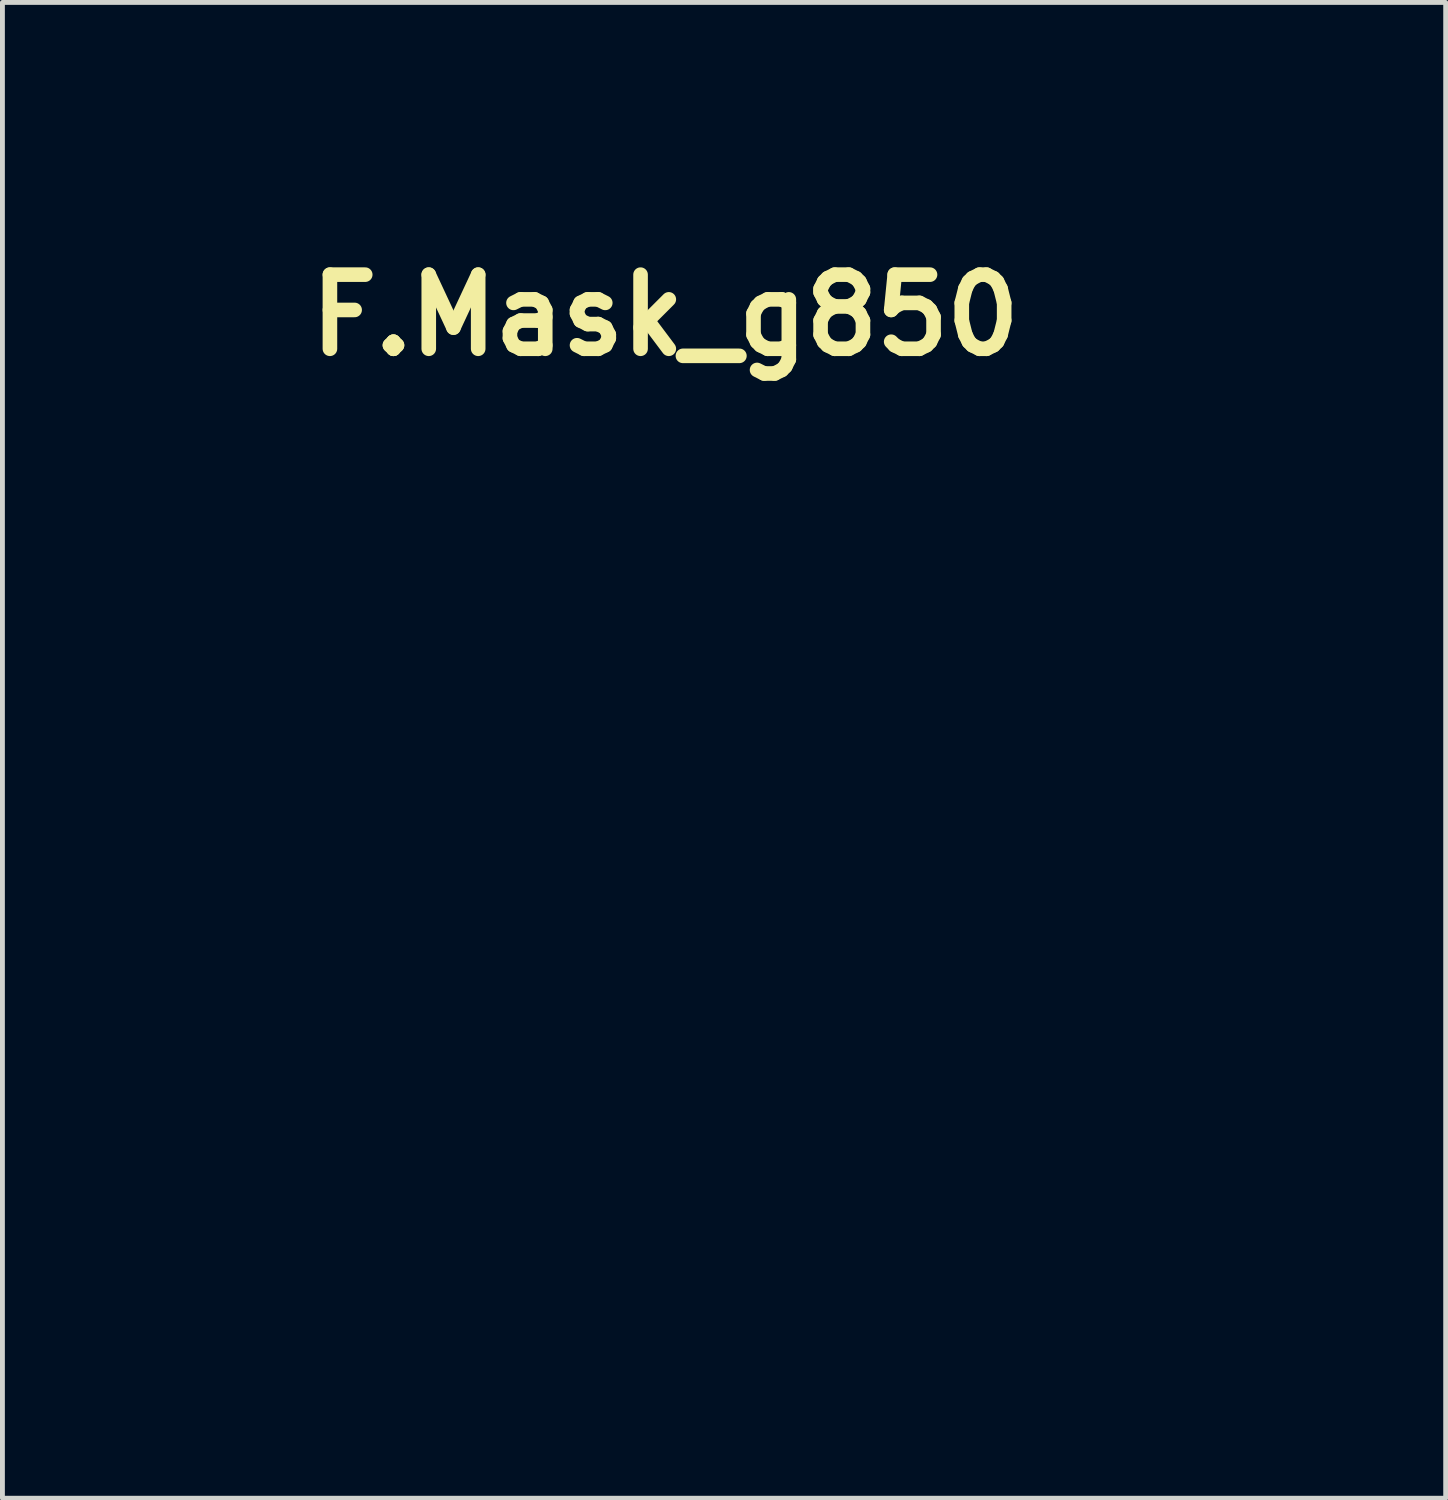
<source format=kicad_pcb>
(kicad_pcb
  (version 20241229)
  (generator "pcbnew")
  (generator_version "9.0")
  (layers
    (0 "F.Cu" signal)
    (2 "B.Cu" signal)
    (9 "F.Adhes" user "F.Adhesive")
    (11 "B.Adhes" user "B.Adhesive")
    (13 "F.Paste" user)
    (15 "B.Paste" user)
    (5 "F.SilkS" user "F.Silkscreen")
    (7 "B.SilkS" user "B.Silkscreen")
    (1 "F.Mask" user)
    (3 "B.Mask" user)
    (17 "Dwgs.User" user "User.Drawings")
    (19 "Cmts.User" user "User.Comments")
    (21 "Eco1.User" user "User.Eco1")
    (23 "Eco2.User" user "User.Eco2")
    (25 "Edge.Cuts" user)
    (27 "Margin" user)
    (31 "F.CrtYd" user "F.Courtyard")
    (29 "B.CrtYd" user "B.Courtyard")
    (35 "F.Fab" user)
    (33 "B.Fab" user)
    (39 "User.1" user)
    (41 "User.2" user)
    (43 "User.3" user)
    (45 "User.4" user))
  (footprint "F.Mask_g850"
    (layer "F.Cu")
    (at 10.627 3.431)
    (property "Reference" "F.Mask_g850" (at 0 0 0) (layer "F.SilkS") (effects (font (size 1.524 1.524) (thickness 0.3))))
    (attr through_hole)
    (fp_poly (pts (xy 3.916 -2.898) (xy 3.958 -2.897) (xy 4.053 -2.889) (xy 4.716 -1.746) (xy 4.649 -1.628) (xy 4.62 -1.577) (xy 4.573 -1.495) (xy 4.513 -1.39) (xy 4.443 -1.269) (xy 4.368 -1.138) (xy 4.318 -1.052) (xy 4.053 -0.593) (xy 3.393 -0.593) (xy 2.733 -0.593) (xy 2.618 -0.788) (xy 2.493 -1.003) (xy 2.388 -1.184) (xy 2.301 -1.334) (xy 2.232 -1.457) (xy 2.178 -1.555) (xy 2.138 -1.631) (xy 2.11 -1.688) (xy 2.093 -1.728) (xy 2.086 -1.756) (xy 2.086 -1.773) (xy 2.087 -1.776) (xy 2.103 -1.804) (xy 2.136 -1.864) (xy 2.185 -1.95) (xy 2.247 -2.057) (xy 2.318 -2.181) (xy 2.396 -2.317) (xy 2.412 -2.345) (xy 2.719 -2.874) (xy 3.291 -2.889) (xy 3.448 -2.893) (xy 3.595 -2.895) (xy 3.727 -2.897) (xy 3.836 -2.898) (xy 3.916 -2.898)) (stroke (width 0.01) (type solid)) (fill yes) (layer "F.Mask"))
    (fp_poly (pts (xy -0.341 -2.368) (xy -0.243 -2.362) (xy -0.188 -2.352) (xy -0.174 -2.344) (xy -0.156 -2.316) (xy -0.12 -2.258) (xy -0.071 -2.175) (xy -0.011 -2.073) (xy 0.055 -1.958) (xy 0.126 -1.835) (xy 0.198 -1.709) (xy 0.268 -1.587) (xy 0.332 -1.474) (xy 0.388 -1.374) (xy 0.432 -1.295) (xy 0.461 -1.241) (xy 0.472 -1.217) (xy 0.472 -1.217) (xy 0.462 -1.194) (xy 0.433 -1.139) (xy 0.388 -1.057) (xy 0.33 -0.952) (xy 0.261 -0.829) (xy 0.183 -0.692) (xy 0.147 -0.63) (xy -0.179 -0.064) (xy -1.5 -0.064) (xy -1.615 -0.259) (xy -1.74 -0.473) (xy -1.845 -0.654) (xy -1.931 -0.804) (xy -2.001 -0.927) (xy -2.055 -1.024) (xy -2.095 -1.1) (xy -2.122 -1.157) (xy -2.139 -1.198) (xy -2.147 -1.225) (xy -2.147 -1.243) (xy -2.146 -1.247) (xy -2.131 -1.274) (xy -2.097 -1.334) (xy -2.048 -1.419) (xy -1.987 -1.527) (xy -1.915 -1.651) (xy -1.837 -1.786) (xy -1.821 -1.814) (xy -1.515 -2.343) (xy -1.135 -2.357) (xy -0.877 -2.365) (xy -0.658 -2.37) (xy -0.479 -2.371) (xy -0.341 -2.368)) (stroke (width 0.01) (type solid)) (fill yes) (layer "F.Mask"))
    (fp_poly (pts (xy 8.15 -3.425) (xy 8.213 -3.422) (xy 8.253 -3.418) (xy 8.277 -3.411) (xy 8.286 -3.405) (xy 8.305 -3.379) (xy 8.34 -3.322) (xy 8.389 -3.241) (xy 8.449 -3.14) (xy 8.516 -3.025) (xy 8.587 -2.902) (xy 8.66 -2.777) (xy 8.73 -2.654) (xy 8.796 -2.539) (xy 8.852 -2.439) (xy 8.897 -2.358) (xy 8.927 -2.301) (xy 8.939 -2.276) (xy 8.939 -2.275) (xy 8.929 -2.252) (xy 8.9 -2.197) (xy 8.855 -2.115) (xy 8.796 -2.01) (xy 8.727 -1.887) (xy 8.649 -1.75) (xy 8.613 -1.688) (xy 8.287 -1.122) (xy 7.627 -1.122) (xy 6.966 -1.122) (xy 6.852 -1.318) (xy 6.726 -1.532) (xy 6.621 -1.713) (xy 6.534 -1.863) (xy 6.465 -1.986) (xy 6.411 -2.084) (xy 6.371 -2.16) (xy 6.343 -2.217) (xy 6.327 -2.258) (xy 6.319 -2.285) (xy 6.32 -2.302) (xy 6.321 -2.306) (xy 6.336 -2.333) (xy 6.369 -2.393) (xy 6.418 -2.479) (xy 6.48 -2.586) (xy 6.551 -2.71) (xy 6.63 -2.846) (xy 6.646 -2.874) (xy 6.952 -3.403) (xy 7.606 -3.418) (xy 7.795 -3.422) (xy 7.946 -3.425) (xy 8.063 -3.426) (xy 8.15 -3.425)) (stroke (width 0.01) (type solid)) (fill yes) (layer "F.Mask"))
    (fp_poly (pts (xy -4.706 -1.84) (xy -4.587 -1.837) (xy -4.494 -1.831) (xy -4.432 -1.823) (xy -4.408 -1.815) (xy -4.389 -1.787) (xy -4.353 -1.728) (xy -4.304 -1.646) (xy -4.245 -1.544) (xy -4.178 -1.429) (xy -4.107 -1.306) (xy -4.035 -1.18) (xy -3.965 -1.058) (xy -3.901 -0.944) (xy -3.845 -0.845) (xy -3.801 -0.766) (xy -3.772 -0.711) (xy -3.761 -0.688) (xy -3.761 -0.688) (xy -3.771 -0.665) (xy -3.8 -0.61) (xy -3.845 -0.528) (xy -3.903 -0.423) (xy -3.973 -0.299) (xy -4.051 -0.163) (xy -4.087 -0.1) (xy -4.412 0.466) (xy -5.733 0.466) (xy -5.774 0.397) (xy -5.796 0.361) (xy -5.835 0.293) (xy -5.889 0.2) (xy -5.955 0.087) (xy -6.028 -0.04) (xy -6.107 -0.176) (xy -6.198 -0.334) (xy -6.268 -0.46) (xy -6.32 -0.556) (xy -6.355 -0.627) (xy -6.375 -0.676) (xy -6.381 -0.706) (xy -6.379 -0.717) (xy -6.364 -0.745) (xy -6.331 -0.804) (xy -6.282 -0.89) (xy -6.22 -0.998) (xy -6.149 -1.122) (xy -6.071 -1.257) (xy -6.055 -1.285) (xy -5.748 -1.814) (xy -5.483 -1.828) (xy -5.322 -1.835) (xy -5.158 -1.839) (xy -4.997 -1.842) (xy -4.844 -1.842) (xy -4.706 -1.84)) (stroke (width 0.01) (type solid)) (fill yes) (layer "F.Mask"))
    (fp_poly (pts (xy -9.036 -1.312) (xy -8.895 -1.31) (xy -8.789 -1.307) (xy -8.714 -1.303) (xy -8.667 -1.296) (xy -8.644 -1.288) (xy -8.641 -1.286) (xy -8.622 -1.258) (xy -8.587 -1.199) (xy -8.538 -1.116) (xy -8.478 -1.015) (xy -8.411 -0.899) (xy -8.34 -0.776) (xy -8.268 -0.651) (xy -8.198 -0.529) (xy -8.134 -0.415) (xy -8.078 -0.316) (xy -8.034 -0.236) (xy -8.005 -0.182) (xy -7.994 -0.159) (xy -7.994 -0.159) (xy -8.004 -0.136) (xy -8.033 -0.081) (xy -8.078 0.002) (xy -8.137 0.107) (xy -8.206 0.23) (xy -8.284 0.366) (xy -8.32 0.429) (xy -8.646 0.995) (xy -9.966 0.995) (xy -10.008 0.926) (xy -10.067 0.826) (xy -10.135 0.711) (xy -10.207 0.585) (xy -10.282 0.454) (xy -10.357 0.323) (xy -10.427 0.198) (xy -10.491 0.083) (xy -10.546 -0.017) (xy -10.588 -0.095) (xy -10.614 -0.147) (xy -10.622 -0.167) (xy -10.61 -0.189) (xy -10.58 -0.243) (xy -10.533 -0.325) (xy -10.474 -0.429) (xy -10.404 -0.552) (xy -10.326 -0.687) (xy -10.298 -0.736) (xy -9.981 -1.286) (xy -9.875 -1.299) (xy -9.825 -1.303) (xy -9.739 -1.306) (xy -9.625 -1.308) (xy -9.491 -1.311) (xy -9.342 -1.312) (xy -9.215 -1.312) (xy -9.036 -1.312)) (stroke (width 0.01) (type solid)) (fill yes) (layer "F.Mask"))
    (fp_poly (pts (xy 5.087 17.635) (xy 5.093 17.756) (xy 5.097 17.902) (xy 5.1 18.056) (xy 5.101 18.2) (xy 5.101 18.217) (xy 5.101 18.542) (xy 4.921 18.542) (xy 4.884 18.378) (xy 4.837 18.213) (xy 4.773 18.061) (xy 4.699 17.933) (xy 4.656 17.878) (xy 4.545 17.78) (xy 4.402 17.699) (xy 4.236 17.638) (xy 4.054 17.601) (xy 4.005 17.596) (xy 3.851 17.583) (xy 3.857 19.2) (xy 3.858 19.502) (xy 3.859 19.765) (xy 3.861 19.99) (xy 3.862 20.182) (xy 3.864 20.344) (xy 3.866 20.477) (xy 3.868 20.586) (xy 3.871 20.672) (xy 3.874 20.739) (xy 3.878 20.79) (xy 3.883 20.827) (xy 3.888 20.854) (xy 3.894 20.873) (xy 3.899 20.884) (xy 3.956 20.946) (xy 4.048 20.995) (xy 4.17 21.026) (xy 4.177 21.027) (xy 4.254 21.04) (xy 4.329 21.051) (xy 4.378 21.063) (xy 4.399 21.087) (xy 4.403 21.136) (xy 4.403 21.209) (xy 2.371 21.209) (xy 2.371 21.136) (xy 2.374 21.087) (xy 2.394 21.064) (xy 2.441 21.052) (xy 2.45 21.051) (xy 2.594 21.025) (xy 2.702 20.998) (xy 2.78 20.964) (xy 2.833 20.919) (xy 2.869 20.86) (xy 2.894 20.784) (xy 2.897 20.768) (xy 2.902 20.725) (xy 2.907 20.647) (xy 2.911 20.534) (xy 2.914 20.384) (xy 2.917 20.196) (xy 2.919 19.97) (xy 2.92 19.704) (xy 2.921 19.398) (xy 2.921 19.123) (xy 2.921 17.59) (xy 2.831 17.59) (xy 2.713 17.6) (xy 2.577 17.626) (xy 2.443 17.664) (xy 2.331 17.709) (xy 2.213 17.779) (xy 2.115 17.867) (xy 2.032 17.978) (xy 1.962 18.117) (xy 1.903 18.288) (xy 1.854 18.484) (xy 1.84 18.522) (xy 1.813 18.538) (xy 1.757 18.542) (xy 1.672 18.542) (xy 1.672 17.378) (xy 5.073 17.378) (xy 5.087 17.635)) (stroke (width 0.01) (type solid)) (fill yes) (layer "F.Mask"))
    (fp_poly (pts (xy 11.339 18.569) (xy 12.308 19.761) (xy 12.314 18.842) (xy 12.315 18.593) (xy 12.315 18.376) (xy 12.313 18.193) (xy 12.31 18.046) (xy 12.306 17.936) (xy 12.301 17.866) (xy 12.298 17.842) (xy 12.25 17.734) (xy 12.171 17.652) (xy 12.059 17.593) (xy 11.912 17.557) (xy 11.911 17.557) (xy 11.851 17.547) (xy 11.821 17.531) (xy 11.812 17.501) (xy 11.811 17.46) (xy 11.811 17.378) (xy 13.039 17.378) (xy 13.039 17.541) (xy 12.91 17.569) (xy 12.779 17.609) (xy 12.685 17.666) (xy 12.629 17.741) (xy 12.622 17.76) (xy 12.617 17.786) (xy 12.613 17.835) (xy 12.609 17.91) (xy 12.606 18.011) (xy 12.603 18.142) (xy 12.601 18.304) (xy 12.599 18.499) (xy 12.597 18.729) (xy 12.596 18.996) (xy 12.596 19.302) (xy 12.595 19.574) (xy 12.594 21.315) (xy 12.504 21.314) (xy 12.414 21.314) (xy 9.917 18.272) (xy 9.911 19.407) (xy 9.91 19.711) (xy 9.91 19.973) (xy 9.911 20.194) (xy 9.913 20.375) (xy 9.917 20.516) (xy 9.922 20.618) (xy 9.928 20.682) (xy 9.929 20.686) (xy 9.955 20.795) (xy 9.996 20.877) (xy 10.058 20.94) (xy 10.148 20.987) (xy 10.271 21.024) (xy 10.335 21.039) (xy 10.403 21.054) (xy 10.439 21.069) (xy 10.454 21.092) (xy 10.456 21.13) (xy 10.456 21.136) (xy 10.456 21.209) (xy 9.144 21.209) (xy 9.144 21.135) (xy 9.149 21.084) (xy 9.171 21.059) (xy 9.202 21.049) (xy 9.335 21.02) (xy 9.433 20.993) (xy 9.502 20.965) (xy 9.551 20.933) (xy 9.584 20.894) (xy 9.606 20.853) (xy 9.613 20.834) (xy 9.619 20.809) (xy 9.624 20.774) (xy 9.629 20.727) (xy 9.633 20.664) (xy 9.636 20.583) (xy 9.638 20.479) (xy 9.641 20.351) (xy 9.642 20.194) (xy 9.644 20.006) (xy 9.645 19.784) (xy 9.647 19.524) (xy 9.647 19.365) (xy 9.653 17.954) (xy 9.524 17.805) (xy 9.428 17.702) (xy 9.34 17.623) (xy 9.265 17.57) (xy 9.208 17.548) (xy 9.201 17.547) (xy 9.177 17.537) (xy 9.167 17.5) (xy 9.165 17.462) (xy 9.165 17.378) (xy 10.37 17.378) (xy 11.339 18.569)) (stroke (width 0.01) (type solid)) (fill yes) (layer "F.Mask"))
    (fp_poly (pts (xy -3.916 17.311) (xy -3.746 17.342) (xy -3.558 17.391) (xy -3.342 17.462) (xy -3.341 17.462) (xy -3.231 17.499) (xy -3.131 17.531) (xy -3.049 17.554) (xy -2.995 17.567) (xy -2.982 17.568) (xy -2.908 17.548) (xy -2.84 17.491) (xy -2.785 17.402) (xy -2.784 17.4) (xy -2.757 17.346) (xy -2.73 17.322) (xy -2.689 17.317) (xy -2.658 17.319) (xy -2.572 17.325) (xy -2.566 17.986) (xy -2.561 18.648) (xy -2.644 18.648) (xy -2.684 18.646) (xy -2.714 18.637) (xy -2.74 18.612) (xy -2.771 18.565) (xy -2.813 18.488) (xy -2.814 18.486) (xy -2.964 18.237) (xy -3.124 18.022) (xy -3.294 17.843) (xy -3.473 17.701) (xy -3.657 17.597) (xy -3.846 17.532) (xy -4.037 17.508) (xy -4.104 17.509) (xy -4.291 17.539) (xy -4.459 17.607) (xy -4.607 17.712) (xy -4.734 17.854) (xy -4.843 18.033) (xy -4.931 18.25) (xy -4.999 18.503) (xy -5.039 18.733) (xy -5.051 18.855) (xy -5.059 19.007) (xy -5.063 19.178) (xy -5.063 19.356) (xy -5.058 19.53) (xy -5.05 19.69) (xy -5.037 19.824) (xy -5.03 19.876) (xy -4.973 20.146) (xy -4.896 20.378) (xy -4.798 20.574) (xy -4.679 20.734) (xy -4.539 20.859) (xy -4.376 20.948) (xy -4.191 21.004) (xy -3.983 21.026) (xy -3.948 21.027) (xy -3.754 21.015) (xy -3.57 20.976) (xy -3.392 20.909) (xy -3.213 20.811) (xy -3.029 20.68) (xy -2.833 20.512) (xy -2.811 20.491) (xy -2.647 20.338) (xy -2.562 20.407) (xy -2.513 20.449) (xy -2.482 20.482) (xy -2.477 20.493) (xy -2.491 20.519) (xy -2.531 20.567) (xy -2.591 20.631) (xy -2.662 20.704) (xy -2.74 20.779) (xy -2.818 20.851) (xy -2.89 20.914) (xy -2.941 20.954) (xy -3.141 21.082) (xy -3.358 21.186) (xy -3.579 21.259) (xy -3.642 21.273) (xy -3.788 21.295) (xy -3.958 21.309) (xy -4.138 21.313) (xy -4.312 21.308) (xy -4.468 21.293) (xy -4.537 21.282) (xy -4.816 21.206) (xy -5.074 21.095) (xy -5.308 20.95) (xy -5.516 20.774) (xy -5.696 20.57) (xy -5.845 20.339) (xy -5.962 20.084) (xy -6.043 19.807) (xy -6.044 19.801) (xy -6.065 19.669) (xy -6.077 19.509) (xy -6.082 19.335) (xy -6.078 19.16) (xy -6.067 18.997) (xy -6.047 18.861) (xy -6.044 18.849) (xy -5.964 18.571) (xy -5.846 18.313) (xy -5.69 18.074) (xy -5.515 17.873) (xy -5.308 17.687) (xy -5.089 17.54) (xy -4.854 17.429) (xy -4.599 17.353) (xy -4.319 17.309) (xy -4.233 17.302) (xy -4.075 17.298) (xy -3.916 17.311)) (stroke (width 0.01) (type solid)) (fill yes) (layer "F.Mask"))
    (fp_poly (pts (xy 7.031 17.302) (xy 7.069 17.335) (xy 7.081 17.361) (xy 7.108 17.422) (xy 7.149 17.517) (xy 7.202 17.641) (xy 7.267 17.793) (xy 7.341 17.968) (xy 7.425 18.164) (xy 7.516 18.377) (xy 7.613 18.606) (xy 7.714 18.846) (xy 7.749 18.928) (xy 7.855 19.176) (xy 7.957 19.417) (xy 8.055 19.647) (xy 8.148 19.863) (xy 8.233 20.061) (xy 8.31 20.238) (xy 8.376 20.391) (xy 8.431 20.516) (xy 8.472 20.609) (xy 8.499 20.668) (xy 8.502 20.676) (xy 8.573 20.81) (xy 8.639 20.909) (xy 8.705 20.978) (xy 8.776 21.023) (xy 8.833 21.043) (xy 8.893 21.062) (xy 8.922 21.082) (xy 8.932 21.114) (xy 8.932 21.139) (xy 8.932 21.209) (xy 7.091 21.209) (xy 7.091 21.135) (xy 7.093 21.097) (xy 7.103 21.072) (xy 7.129 21.056) (xy 7.18 21.045) (xy 7.262 21.035) (xy 7.302 21.031) (xy 7.411 21.009) (xy 7.484 20.968) (xy 7.523 20.905) (xy 7.531 20.863) (xy 7.527 20.807) (xy 7.508 20.72) (xy 7.477 20.612) (xy 7.437 20.49) (xy 7.391 20.365) (xy 7.342 20.244) (xy 7.335 20.23) (xy 7.282 20.108) (xy 6.031 20.108) (xy 5.988 20.209) (xy 5.943 20.32) (xy 5.899 20.44) (xy 5.859 20.56) (xy 5.826 20.672) (xy 5.801 20.768) (xy 5.787 20.84) (xy 5.786 20.878) (xy 5.822 20.937) (xy 5.89 20.987) (xy 5.982 21.021) (xy 6.032 21.03) (xy 6.128 21.043) (xy 6.189 21.054) (xy 6.224 21.068) (xy 6.24 21.088) (xy 6.244 21.117) (xy 6.244 21.137) (xy 6.244 21.209) (xy 5.08 21.209) (xy 5.08 21.134) (xy 5.088 21.075) (xy 5.115 21.049) (xy 5.117 21.048) (xy 5.23 21.003) (xy 5.326 20.943) (xy 5.384 20.886) (xy 5.405 20.856) (xy 5.429 20.818) (xy 5.456 20.769) (xy 5.487 20.708) (xy 5.523 20.63) (xy 5.566 20.535) (xy 5.616 20.42) (xy 5.675 20.282) (xy 5.743 20.119) (xy 5.822 19.928) (xy 5.86 19.835) (xy 6.138 19.835) (xy 6.159 19.841) (xy 6.216 19.846) (xy 6.305 19.849) (xy 6.421 19.852) (xy 6.557 19.854) (xy 6.657 19.854) (xy 6.8 19.854) (xy 6.928 19.853) (xy 7.035 19.85) (xy 7.116 19.848) (xy 7.164 19.845) (xy 7.176 19.842) (xy 7.168 19.819) (xy 7.146 19.764) (xy 7.113 19.681) (xy 7.07 19.576) (xy 7.02 19.455) (xy 6.965 19.324) (xy 6.908 19.187) (xy 6.851 19.051) (xy 6.796 18.92) (xy 6.745 18.801) (xy 6.701 18.698) (xy 6.667 18.618) (xy 6.643 18.566) (xy 6.634 18.548) (xy 6.634 18.548) (xy 6.624 18.569) (xy 6.601 18.624) (xy 6.568 18.708) (xy 6.527 18.813) (xy 6.479 18.936) (xy 6.428 19.069) (xy 6.375 19.207) (xy 6.322 19.345) (xy 6.272 19.476) (xy 6.226 19.595) (xy 6.188 19.696) (xy 6.16 19.774) (xy 6.142 19.822) (xy 6.138 19.835) (xy 5.86 19.835) (xy 5.913 19.707) (xy 6.016 19.454) (xy 6.133 19.166) (xy 6.242 18.896) (xy 6.34 18.655) (xy 6.433 18.424) (xy 6.522 18.207) (xy 6.603 18.007) (xy 6.676 17.827) (xy 6.74 17.67) (xy 6.794 17.54) (xy 6.835 17.439) (xy 6.864 17.37) (xy 6.878 17.337) (xy 6.879 17.335) (xy 6.918 17.302) (xy 6.974 17.291) (xy 7.031 17.302)) (stroke (width 0.01) (type solid)) (fill yes) (layer "F.Mask"))
    (fp_poly (pts (xy -0.233 17.298) (xy -0.197 17.32) (xy -0.185 17.343) (xy -0.159 17.402) (xy -0.119 17.494) (xy -0.066 17.616) (xy -0.002 17.765) (xy 0.071 17.938) (xy 0.154 18.131) (xy 0.243 18.342) (xy 0.339 18.567) (xy 0.439 18.804) (xy 0.454 18.838) (xy 0.596 19.174) (xy 0.722 19.473) (xy 0.835 19.737) (xy 0.934 19.969) (xy 1.022 20.171) (xy 1.098 20.344) (xy 1.165 20.492) (xy 1.224 20.616) (xy 1.275 20.719) (xy 1.32 20.803) (xy 1.359 20.869) (xy 1.394 20.921) (xy 1.427 20.961) (xy 1.458 20.99) (xy 1.488 21.011) (xy 1.518 21.025) (xy 1.55 21.037) (xy 1.575 21.044) (xy 1.634 21.062) (xy 1.663 21.082) (xy 1.672 21.115) (xy 1.672 21.139) (xy 1.672 21.209) (xy -0.169 21.209) (xy -0.169 21.135) (xy -0.168 21.097) (xy -0.157 21.072) (xy -0.131 21.056) (xy -0.08 21.045) (xy 0.002 21.035) (xy 0.042 21.031) (xy 0.142 21.013) (xy 0.212 20.98) (xy 0.254 20.928) (xy 0.269 20.853) (xy 0.258 20.752) (xy 0.223 20.62) (xy 0.202 20.557) (xy 0.164 20.453) (xy 0.125 20.349) (xy 0.091 20.262) (xy 0.075 20.224) (xy 0.023 20.108) (xy -0.607 20.113) (xy -1.236 20.119) (xy -1.317 20.331) (xy -1.357 20.438) (xy -1.397 20.55) (xy -1.43 20.648) (xy -1.443 20.688) (xy -1.465 20.765) (xy -1.475 20.816) (xy -1.473 20.854) (xy -1.459 20.891) (xy -1.454 20.903) (xy -1.424 20.95) (xy -1.38 20.981) (xy -1.309 21.007) (xy -1.238 21.026) (xy -1.178 21.038) (xy -1.155 21.04) (xy -1.078 21.047) (xy -1.034 21.072) (xy -1.017 21.118) (xy -1.016 21.137) (xy -1.016 21.209) (xy -2.183 21.209) (xy -2.176 21.13) (xy -2.167 21.077) (xy -2.144 21.05) (xy -2.092 21.033) (xy -2.091 21.033) (xy -1.992 20.989) (xy -1.897 20.903) (xy -1.807 20.775) (xy -1.75 20.669) (xy -1.727 20.619) (xy -1.69 20.534) (xy -1.64 20.416) (xy -1.578 20.269) (xy -1.507 20.096) (xy -1.426 19.902) (xy -1.396 19.829) (xy -1.117 19.829) (xy -1.109 19.838) (xy -1.087 19.844) (xy -1.047 19.849) (xy -0.983 19.852) (xy -0.892 19.853) (xy -0.768 19.854) (xy -0.606 19.854) (xy -0.606 19.854) (xy -0.462 19.854) (xy -0.334 19.852) (xy -0.226 19.85) (xy -0.145 19.846) (xy -0.097 19.842) (xy -0.085 19.839) (xy -0.092 19.816) (xy -0.114 19.76) (xy -0.148 19.678) (xy -0.19 19.573) (xy -0.24 19.452) (xy -0.295 19.321) (xy -0.352 19.184) (xy -0.409 19.048) (xy -0.464 18.917) (xy -0.514 18.798) (xy -0.558 18.696) (xy -0.593 18.617) (xy -0.616 18.565) (xy -0.625 18.547) (xy -0.625 18.547) (xy -0.634 18.568) (xy -0.656 18.622) (xy -0.689 18.705) (xy -0.73 18.809) (xy -0.777 18.931) (xy -0.828 19.063) (xy -0.882 19.2) (xy -0.934 19.337) (xy -0.984 19.466) (xy -1.029 19.584) (xy -1.067 19.684) (xy -1.096 19.76) (xy -1.113 19.806) (xy -1.117 19.817) (xy -1.117 19.829) (xy -1.396 19.829) (xy -1.339 19.689) (xy -1.246 19.461) (xy -1.148 19.221) (xy -1.047 18.973) (xy -1.027 18.923) (xy -0.928 18.679) (xy -0.833 18.445) (xy -0.744 18.226) (xy -0.662 18.023) (xy -0.588 17.84) (xy -0.523 17.681) (xy -0.468 17.547) (xy -0.425 17.443) (xy -0.395 17.371) (xy -0.38 17.334) (xy -0.378 17.33) (xy -0.344 17.304) (xy -0.289 17.293) (xy -0.233 17.298)) (stroke (width 0.01) (type solid)) (fill yes) (layer "F.Mask")))
  (gr_rect
    (start -3 -3)
    (end 26.671 27.751)
    (stroke (width 0.1) (type default))
    (fill no)
    (layer "Edge.Cuts")))
</source>
